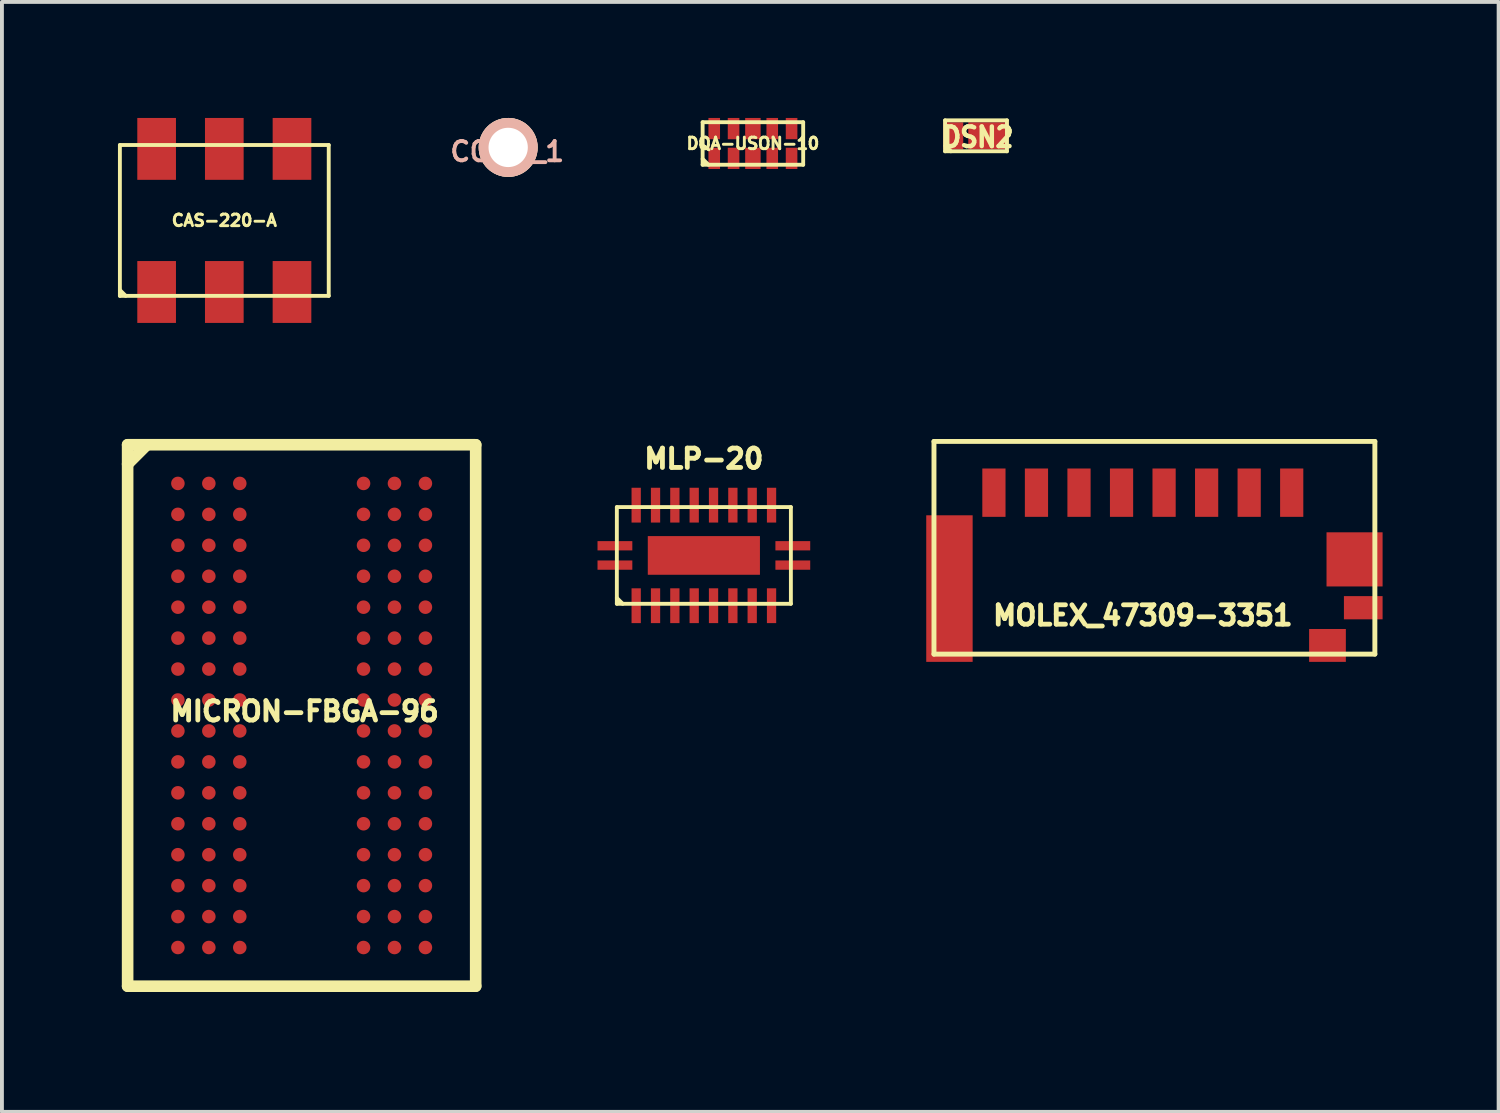
<source format=kicad_pcb>
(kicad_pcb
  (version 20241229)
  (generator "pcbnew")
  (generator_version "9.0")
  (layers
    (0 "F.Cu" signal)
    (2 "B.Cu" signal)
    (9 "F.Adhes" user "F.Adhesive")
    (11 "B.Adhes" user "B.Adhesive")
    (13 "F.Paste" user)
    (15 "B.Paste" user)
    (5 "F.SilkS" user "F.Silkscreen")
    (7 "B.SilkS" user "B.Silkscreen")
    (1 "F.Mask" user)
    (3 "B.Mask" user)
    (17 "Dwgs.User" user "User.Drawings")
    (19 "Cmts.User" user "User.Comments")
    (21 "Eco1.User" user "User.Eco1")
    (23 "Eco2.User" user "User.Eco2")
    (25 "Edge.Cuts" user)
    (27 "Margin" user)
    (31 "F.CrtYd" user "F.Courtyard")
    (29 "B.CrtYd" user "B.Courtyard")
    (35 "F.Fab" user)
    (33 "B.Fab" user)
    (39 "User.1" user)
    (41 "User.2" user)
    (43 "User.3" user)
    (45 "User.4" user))
  (footprint "CAS-220-A"
    (layer "F.Cu")
    (at 2.75 2.65)
    (property "Reference" "CAS-220-A" (at 0 0 0) (layer "F.SilkS") (effects (font (size 0.3 0.3) (thickness 0.075))))
    (attr smd)
    (fp_line (start -2.7 -1.95) (end -2.7 1.95) (stroke (width 0.1) (type solid)) (layer "F.SilkS"))
    (fp_line (start -2.7 -1.95) (end 2.7 -1.95) (stroke (width 0.1) (type solid)) (layer "F.SilkS"))
    (fp_line (start -2.7 1.8) (end -2.55 1.95) (stroke (width 0.1) (type solid)) (layer "F.SilkS"))
    (fp_line (start -2.7 1.95) (end 2.7 1.95) (stroke (width 0.1) (type solid)) (layer "F.SilkS"))
    (fp_line (start 2.7 -1.95) (end 2.7 1.95) (stroke (width 0.1) (type solid)) (layer "F.SilkS"))
    (pad "1" smd rect (at -1.75 1.85) (size 1 1.6) (layers "F.Cu" "F.Mask" "F.Paste"))
    (pad "2" smd rect (at 0 1.85) (size 1 1.6) (layers "F.Cu" "F.Mask" "F.Paste"))
    (pad "3" smd rect (at 1.75 1.85) (size 1 1.6) (layers "F.Cu" "F.Mask" "F.Paste"))
    (pad "4" smd rect (at -1.75 -1.85) (size 1 1.6) (layers "F.Cu" "F.Mask" "F.Paste"))
    (pad "5" smd rect (at 0 -1.85) (size 1 1.6) (layers "F.Cu" "F.Mask" "F.Paste"))
    (pad "6" smd rect (at 1.75 -1.85) (size 1 1.6) (layers "F.Cu" "F.Mask" "F.Paste")))
  (footprint "DQA-USON-10"
    (layer "F.Cu")
    (at 16.418 0.66)
    (property "Reference" "DQA-USON-10" (at 0 0 0) (layer "F.SilkS") (effects (font (size 0.3 0.3) (thickness 0.075))))
    (attr smd)
    (fp_line (start -1.3 -0.55) (end -1.3 0.55) (stroke (width 0.1) (type solid)) (layer "F.SilkS"))
    (fp_line (start -1.3 -0.55) (end 1.3 -0.55) (stroke (width 0.1) (type solid)) (layer "F.SilkS"))
    (fp_line (start -1.3 0.4) (end -1.15 0.55) (stroke (width 0.1) (type solid)) (layer "F.SilkS"))
    (fp_line (start -1.3 0.55) (end 1.3 0.55) (stroke (width 0.1) (type solid)) (layer "F.SilkS"))
    (fp_line (start 1.3 -0.55) (end 1.3 0.55) (stroke (width 0.1) (type solid)) (layer "F.SilkS"))
    (pad "1" smd rect (at -1 0.385) (size 0.3 0.55) (layers "F.Cu" "F.Mask" "F.Paste"))
    (pad "2" smd rect (at -0.5 0.385) (size 0.3 0.55) (layers "F.Cu" "F.Mask" "F.Paste"))
    (pad "3" smd rect (at 0 0.385) (size 0.4 0.55) (layers "F.Cu" "F.Mask" "F.Paste"))
    (pad "4" smd rect (at 0.5 0.385) (size 0.3 0.55) (layers "F.Cu" "F.Mask" "F.Paste"))
    (pad "5" smd rect (at 1 0.385) (size 0.3 0.55) (layers "F.Cu" "F.Mask" "F.Paste"))
    (pad "6" smd rect (at 1 -0.385) (size 0.3 0.55) (layers "F.Cu" "F.Mask" "F.Paste"))
    (pad "7" smd rect (at 0.5 -0.385) (size 0.3 0.55) (layers "F.Cu" "F.Mask" "F.Paste"))
    (pad "8" smd rect (at 0 -0.385) (size 0.4 0.55) (layers "F.Cu" "F.Mask" "F.Paste"))
    (pad "9" smd rect (at -0.5 -0.385) (size 0.3 0.55) (layers "F.Cu" "F.Mask" "F.Paste"))
    (pad "10" smd rect (at -1 -0.385) (size 0.3 0.55) (layers "F.Cu" "F.Mask" "F.Paste")))
  (footprint "MOLEX_47309-3351"
    (layer "F.Cu")
    (at 26.5 13.864)
    (property "Reference" "MOLEX_47309-3351" (at 0 -1 0) (layer "F.SilkS") (effects (font (size 0.5 0.5) (thickness 0.125))))
    (attr smd)
    (fp_line (start -5.4 -5.5) (end -5.4 0) (stroke (width 0.127) (type solid)) (layer "F.SilkS"))
    (fp_line (start -5.4 -5.5) (end 6 -5.5) (stroke (width 0.127) (type solid)) (layer "F.SilkS"))
    (fp_line (start -5.4 0) (end 6 0) (stroke (width 0.127) (type solid)) (layer "F.SilkS"))
    (fp_line (start 6 -5.5) (end 6 0) (stroke (width 0.127) (type solid)) (layer "F.SilkS"))
    (pad "1" smd rect (at 3.85 -4.175) (size 0.6 1.25) (layers "F.Cu" "F.Mask" "F.Paste"))
    (pad "2" smd rect (at 2.75 -4.175) (size 0.6 1.25) (layers "F.Cu" "F.Mask" "F.Paste"))
    (pad "3" smd rect (at 1.65 -4.175) (size 0.6 1.25) (layers "F.Cu" "F.Mask" "F.Paste"))
    (pad "4" smd rect (at 0.55 -4.175) (size 0.6 1.25) (layers "F.Cu" "F.Mask" "F.Paste"))
    (pad "5" smd rect (at -0.55 -4.175) (size 0.6 1.25) (layers "F.Cu" "F.Mask" "F.Paste"))
    (pad "6" smd rect (at -1.65 -4.175) (size 0.6 1.25) (layers "F.Cu" "F.Mask" "F.Paste"))
    (pad "7" smd rect (at -2.75 -4.175) (size 0.6 1.25) (layers "F.Cu" "F.Mask" "F.Paste"))
    (pad "8" smd rect (at -3.85 -4.175) (size 0.6 1.25) (layers "F.Cu" "F.Mask" "F.Paste"))
    (pad "G1" smd rect (at -5 -1.695) (size 1.2 3.79) (layers "F.Cu" "F.Mask" "F.Paste"))
    (pad "G2" smd rect (at 5.475 -2.45) (size 1.45 1.4) (layers "F.Cu" "F.Mask" "F.Paste"))
    (pad "G3" smd rect (at 5.7 -1.2) (size 1 0.6) (layers "F.Cu" "F.Mask" "F.Paste"))
    (pad "G4" smd rect (at 4.775 -0.225) (size 0.95 0.85) (layers "F.Cu" "F.Mask" "F.Paste")))
  (footprint "MICRON-FBGA-96"
    (layer "F.Cu")
    (at 0.25 22.45)
    (property "Reference" "MICRON-FBGA-96" (at 4.577 -7.107 0) (layer "F.SilkS") (effects (font (size 0.5 0.5) (thickness 0.125))))
    (attr smd)
    (fp_line (start 0 -14) (end 0 0) (stroke (width 0.3) (type solid)) (layer "F.SilkS"))
    (fp_line (start 0 -14) (end 9 -14) (stroke (width 0.3) (type solid)) (layer "F.SilkS"))
    (fp_line (start 0 -13.5) (end 0.5 -14) (stroke (width 0.3) (type solid)) (layer "F.SilkS"))
    (fp_line (start 0 0) (end 9 0) (stroke (width 0.3) (type solid)) (layer "F.SilkS"))
    (fp_line (start 9 -14) (end 9 0) (stroke (width 0.3) (type solid)) (layer "F.SilkS"))
    (pad "A1" smd circle (at 1.3 -13) (size 0.35 0.35) (layers "F.Cu" "F.Mask" "F.Paste"))
    (pad "A2" smd circle (at 2.1 -13) (size 0.35 0.35) (layers "F.Cu" "F.Mask" "F.Paste"))
    (pad "A3" smd circle (at 2.9 -13) (size 0.35 0.35) (layers "F.Cu" "F.Mask" "F.Paste"))
    (pad "A7" smd circle (at 6.1 -13) (size 0.35 0.35) (layers "F.Cu" "F.Mask" "F.Paste"))
    (pad "A8" smd circle (at 6.9 -13) (size 0.35 0.35) (layers "F.Cu" "F.Mask" "F.Paste"))
    (pad "A9" smd circle (at 7.7 -13) (size 0.35 0.35) (layers "F.Cu" "F.Mask" "F.Paste"))
    (pad "B1" smd circle (at 1.3 -12.2) (size 0.35 0.35) (layers "F.Cu" "F.Mask" "F.Paste"))
    (pad "B2" smd circle (at 2.1 -12.2) (size 0.35 0.35) (layers "F.Cu" "F.Mask" "F.Paste"))
    (pad "B3" smd circle (at 2.9 -12.2) (size 0.35 0.35) (layers "F.Cu" "F.Mask" "F.Paste"))
    (pad "B7" smd circle (at 6.1 -12.2) (size 0.35 0.35) (layers "F.Cu" "F.Mask" "F.Paste"))
    (pad "B8" smd circle (at 6.9 -12.2) (size 0.35 0.35) (layers "F.Cu" "F.Mask" "F.Paste"))
    (pad "B9" smd circle (at 7.7 -12.2) (size 0.35 0.35) (layers "F.Cu" "F.Mask" "F.Paste"))
    (pad "C1" smd circle (at 1.3 -11.4) (size 0.35 0.35) (layers "F.Cu" "F.Mask" "F.Paste"))
    (pad "C2" smd circle (at 2.1 -11.4) (size 0.35 0.35) (layers "F.Cu" "F.Mask" "F.Paste"))
    (pad "C3" smd circle (at 2.9 -11.4) (size 0.35 0.35) (layers "F.Cu" "F.Mask" "F.Paste"))
    (pad "C7" smd circle (at 6.1 -11.4) (size 0.35 0.35) (layers "F.Cu" "F.Mask" "F.Paste"))
    (pad "C8" smd circle (at 6.9 -11.4) (size 0.35 0.35) (layers "F.Cu" "F.Mask" "F.Paste"))
    (pad "C9" smd circle (at 7.7 -11.4) (size 0.35 0.35) (layers "F.Cu" "F.Mask" "F.Paste"))
    (pad "D1" smd circle (at 1.3 -10.6) (size 0.35 0.35) (layers "F.Cu" "F.Mask" "F.Paste"))
    (pad "D2" smd circle (at 2.1 -10.6) (size 0.35 0.35) (layers "F.Cu" "F.Mask" "F.Paste"))
    (pad "D3" smd circle (at 2.9 -10.6) (size 0.35 0.35) (layers "F.Cu" "F.Mask" "F.Paste"))
    (pad "D7" smd circle (at 6.1 -10.6) (size 0.35 0.35) (layers "F.Cu" "F.Mask" "F.Paste"))
    (pad "D8" smd circle (at 6.9 -10.6) (size 0.35 0.35) (layers "F.Cu" "F.Mask" "F.Paste"))
    (pad "D9" smd circle (at 7.7 -10.6) (size 0.35 0.35) (layers "F.Cu" "F.Mask" "F.Paste"))
    (pad "E1" smd circle (at 1.3 -9.8) (size 0.35 0.35) (layers "F.Cu" "F.Mask" "F.Paste"))
    (pad "E2" smd circle (at 2.1 -9.8) (size 0.35 0.35) (layers "F.Cu" "F.Mask" "F.Paste"))
    (pad "E3" smd circle (at 2.9 -9.8) (size 0.35 0.35) (layers "F.Cu" "F.Mask" "F.Paste"))
    (pad "E7" smd circle (at 6.1 -9.8) (size 0.35 0.35) (layers "F.Cu" "F.Mask" "F.Paste"))
    (pad "E8" smd circle (at 6.9 -9.8) (size 0.35 0.35) (layers "F.Cu" "F.Mask" "F.Paste"))
    (pad "E9" smd circle (at 7.7 -9.8) (size 0.35 0.35) (layers "F.Cu" "F.Mask" "F.Paste"))
    (pad "F1" smd circle (at 1.3 -9) (size 0.35 0.35) (layers "F.Cu" "F.Mask" "F.Paste"))
    (pad "F2" smd circle (at 2.1 -9) (size 0.35 0.35) (layers "F.Cu" "F.Mask" "F.Paste"))
    (pad "F3" smd circle (at 2.9 -9) (size 0.35 0.35) (layers "F.Cu" "F.Mask" "F.Paste"))
    (pad "F7" smd circle (at 6.1 -9) (size 0.35 0.35) (layers "F.Cu" "F.Mask" "F.Paste"))
    (pad "F8" smd circle (at 6.9 -9) (size 0.35 0.35) (layers "F.Cu" "F.Mask" "F.Paste"))
    (pad "F9" smd circle (at 7.7 -9) (size 0.35 0.35) (layers "F.Cu" "F.Mask" "F.Paste"))
    (pad "G1" smd circle (at 1.3 -8.2) (size 0.35 0.35) (layers "F.Cu" "F.Mask" "F.Paste"))
    (pad "G2" smd circle (at 2.1 -8.2) (size 0.35 0.35) (layers "F.Cu" "F.Mask" "F.Paste"))
    (pad "G3" smd circle (at 2.9 -8.2) (size 0.35 0.35) (layers "F.Cu" "F.Mask" "F.Paste"))
    (pad "G7" smd circle (at 6.1 -8.2) (size 0.35 0.35) (layers "F.Cu" "F.Mask" "F.Paste"))
    (pad "G8" smd circle (at 6.9 -8.2) (size 0.35 0.35) (layers "F.Cu" "F.Mask" "F.Paste"))
    (pad "G9" smd circle (at 7.7 -8.2) (size 0.35 0.35) (layers "F.Cu" "F.Mask" "F.Paste"))
    (pad "H1" smd circle (at 1.3 -7.4) (size 0.35 0.35) (layers "F.Cu" "F.Mask" "F.Paste"))
    (pad "H2" smd circle (at 2.1 -7.4) (size 0.35 0.35) (layers "F.Cu" "F.Mask" "F.Paste"))
    (pad "H3" smd circle (at 2.9 -7.4) (size 0.35 0.35) (layers "F.Cu" "F.Mask" "F.Paste"))
    (pad "H7" smd circle (at 6.1 -7.4) (size 0.35 0.35) (layers "F.Cu" "F.Mask" "F.Paste"))
    (pad "H8" smd circle (at 6.9 -7.4) (size 0.35 0.35) (layers "F.Cu" "F.Mask" "F.Paste"))
    (pad "H9" smd circle (at 7.7 -7.4) (size 0.35 0.35) (layers "F.Cu" "F.Mask" "F.Paste"))
    (pad "J1" smd circle (at 1.3 -6.6) (size 0.35 0.35) (layers "F.Cu" "F.Mask" "F.Paste"))
    (pad "J2" smd circle (at 2.1 -6.6) (size 0.35 0.35) (layers "F.Cu" "F.Mask" "F.Paste"))
    (pad "J3" smd circle (at 2.9 -6.6) (size 0.35 0.35) (layers "F.Cu" "F.Mask" "F.Paste"))
    (pad "J7" smd circle (at 6.1 -6.6) (size 0.35 0.35) (layers "F.Cu" "F.Mask" "F.Paste"))
    (pad "J8" smd circle (at 6.9 -6.6) (size 0.35 0.35) (layers "F.Cu" "F.Mask" "F.Paste"))
    (pad "J9" smd circle (at 7.7 -6.6) (size 0.35 0.35) (layers "F.Cu" "F.Mask" "F.Paste"))
    (pad "K1" smd circle (at 1.3 -5.8) (size 0.35 0.35) (layers "F.Cu" "F.Mask" "F.Paste"))
    (pad "K2" smd circle (at 2.1 -5.8) (size 0.35 0.35) (layers "F.Cu" "F.Mask" "F.Paste"))
    (pad "K3" smd circle (at 2.9 -5.8) (size 0.35 0.35) (layers "F.Cu" "F.Mask" "F.Paste"))
    (pad "K7" smd circle (at 6.1 -5.8) (size 0.35 0.35) (layers "F.Cu" "F.Mask" "F.Paste"))
    (pad "K8" smd circle (at 6.9 -5.8) (size 0.35 0.35) (layers "F.Cu" "F.Mask" "F.Paste"))
    (pad "K9" smd circle (at 7.7 -5.8) (size 0.35 0.35) (layers "F.Cu" "F.Mask" "F.Paste"))
    (pad "L1" smd circle (at 1.3 -5) (size 0.35 0.35) (layers "F.Cu" "F.Mask" "F.Paste"))
    (pad "L2" smd circle (at 2.1 -5) (size 0.35 0.35) (layers "F.Cu" "F.Mask" "F.Paste"))
    (pad "L3" smd circle (at 2.9 -5) (size 0.35 0.35) (layers "F.Cu" "F.Mask" "F.Paste"))
    (pad "L7" smd circle (at 6.1 -5) (size 0.35 0.35) (layers "F.Cu" "F.Mask" "F.Paste"))
    (pad "L8" smd circle (at 6.9 -5) (size 0.35 0.35) (layers "F.Cu" "F.Mask" "F.Paste"))
    (pad "L9" smd circle (at 7.7 -5) (size 0.35 0.35) (layers "F.Cu" "F.Mask" "F.Paste"))
    (pad "M1" smd circle (at 1.3 -4.2) (size 0.35 0.35) (layers "F.Cu" "F.Mask" "F.Paste"))
    (pad "M2" smd circle (at 2.1 -4.2) (size 0.35 0.35) (layers "F.Cu" "F.Mask" "F.Paste"))
    (pad "M3" smd circle (at 2.9 -4.2) (size 0.35 0.35) (layers "F.Cu" "F.Mask" "F.Paste"))
    (pad "M7" smd circle (at 6.1 -4.2) (size 0.35 0.35) (layers "F.Cu" "F.Mask" "F.Paste"))
    (pad "M8" smd circle (at 6.9 -4.2) (size 0.35 0.35) (layers "F.Cu" "F.Mask" "F.Paste"))
    (pad "M9" smd circle (at 7.7 -4.2) (size 0.35 0.35) (layers "F.Cu" "F.Mask" "F.Paste"))
    (pad "N1" smd circle (at 1.3 -3.4) (size 0.35 0.35) (layers "F.Cu" "F.Mask" "F.Paste"))
    (pad "N2" smd circle (at 2.1 -3.4) (size 0.35 0.35) (layers "F.Cu" "F.Mask" "F.Paste"))
    (pad "N3" smd circle (at 2.9 -3.4) (size 0.35 0.35) (layers "F.Cu" "F.Mask" "F.Paste"))
    (pad "N7" smd circle (at 6.1 -3.4) (size 0.35 0.35) (layers "F.Cu" "F.Mask" "F.Paste"))
    (pad "N8" smd circle (at 6.9 -3.4) (size 0.35 0.35) (layers "F.Cu" "F.Mask" "F.Paste"))
    (pad "N9" smd circle (at 7.7 -3.4) (size 0.35 0.35) (layers "F.Cu" "F.Mask" "F.Paste"))
    (pad "P1" smd circle (at 1.3 -2.6) (size 0.35 0.35) (layers "F.Cu" "F.Mask" "F.Paste"))
    (pad "P2" smd circle (at 2.1 -2.6) (size 0.35 0.35) (layers "F.Cu" "F.Mask" "F.Paste"))
    (pad "P3" smd circle (at 2.9 -2.6) (size 0.35 0.35) (layers "F.Cu" "F.Mask" "F.Paste"))
    (pad "P7" smd circle (at 6.1 -2.6) (size 0.35 0.35) (layers "F.Cu" "F.Mask" "F.Paste"))
    (pad "P8" smd circle (at 6.9 -2.6) (size 0.35 0.35) (layers "F.Cu" "F.Mask" "F.Paste"))
    (pad "P9" smd circle (at 7.7 -2.6) (size 0.35 0.35) (layers "F.Cu" "F.Mask" "F.Paste"))
    (pad "R1" smd circle (at 1.3 -1.8) (size 0.35 0.35) (layers "F.Cu" "F.Mask" "F.Paste"))
    (pad "R2" smd circle (at 2.1 -1.8) (size 0.35 0.35) (layers "F.Cu" "F.Mask" "F.Paste"))
    (pad "R3" smd circle (at 2.9 -1.8) (size 0.35 0.35) (layers "F.Cu" "F.Mask" "F.Paste"))
    (pad "R7" smd circle (at 6.1 -1.8) (size 0.35 0.35) (layers "F.Cu" "F.Mask" "F.Paste"))
    (pad "R8" smd circle (at 6.9 -1.8) (size 0.35 0.35) (layers "F.Cu" "F.Mask" "F.Paste"))
    (pad "R9" smd circle (at 7.7 -1.8) (size 0.35 0.35) (layers "F.Cu" "F.Mask" "F.Paste"))
    (pad "T1" smd circle (at 1.3 -1) (size 0.35 0.35) (layers "F.Cu" "F.Mask" "F.Paste"))
    (pad "T2" smd circle (at 2.1 -1) (size 0.35 0.35) (layers "F.Cu" "F.Mask" "F.Paste"))
    (pad "T3" smd circle (at 2.9 -1) (size 0.35 0.35) (layers "F.Cu" "F.Mask" "F.Paste"))
    (pad "T7" smd circle (at 6.1 -1) (size 0.35 0.35) (layers "F.Cu" "F.Mask" "F.Paste"))
    (pad "T8" smd circle (at 6.9 -1) (size 0.35 0.35) (layers "F.Cu" "F.Mask" "F.Paste"))
    (pad "T9" smd circle (at 7.7 -1) (size 0.35 0.35) (layers "F.Cu" "F.Mask" "F.Paste")))
  (footprint "CONN_1"
    (layer "F.Cu")
    (at 10.09 0.762)
    (property "Reference" "CONN_1" (at -0.025 0.107 0) (layer "B.SilkS") (effects (font (size 0.5 0.5) (thickness 0.1))))
    (attr exclude_from_pos_files exclude_from_bom)
    (pad "1" thru_hole circle (at 0 0) (size 1.524 1.524) (drill 1.016) (layers "*.Cu" "*.Paste" "*.SilkS" "*.Mask")))
  (footprint "DSN2"
    (layer "F.Cu")
    (at 22.237 0.462)
    (property "Reference" "DSN2" (at 0 0.036 0) (layer "F.SilkS") (effects (font (size 0.508 0.457) (thickness 0.114))))
    (attr smd)
    (fp_line (start -0.85 -0.4) (end 0.75 -0.4) (stroke (width 0.1) (type solid)) (layer "F.SilkS"))
    (fp_line (start -0.85 0.4) (end -0.85 -0.4) (stroke (width 0.1) (type solid)) (layer "F.SilkS"))
    (fp_line (start -0.7 0.4) (end -0.84 0.26) (stroke (width 0.1) (type solid)) (layer "F.SilkS"))
    (fp_line (start 0.75 -0.4) (end 0.75 0.4) (stroke (width 0.1) (type solid)) (layer "F.SilkS"))
    (fp_line (start 0.75 0.4) (end -0.85 0.4) (stroke (width 0.1) (type solid)) (layer "F.SilkS"))
    (pad "1" smd rect (at -0.64 0) (size 0.52 0.7) (layers "F.Cu" "F.Mask" "F.Paste"))
    (pad "2" smd rect (at 0.275 0) (size 1.05 0.7) (layers "F.Cu" "F.Mask" "F.Paste")))
  (footprint "MLP-20"
    (layer "F.Cu")
    (at 15.15 11.312)
    (property "Reference" "MLP-20" (at 0 -2.5 0) (layer "F.SilkS") (effects (font (size 0.5 0.5) (thickness 0.125))))
    (attr smd)
    (fp_line (start -2.25 -1.25) (end -2.25 1.25) (stroke (width 0.1) (type solid)) (layer "F.SilkS"))
    (fp_line (start -2.25 -1.25) (end 2.25 -1.25) (stroke (width 0.1) (type solid)) (layer "F.SilkS"))
    (fp_line (start -2.25 1.1) (end -2.1 1.25) (stroke (width 0.1) (type solid)) (layer "F.SilkS"))
    (fp_line (start -2.25 1.25) (end 2.25 1.25) (stroke (width 0.1) (type solid)) (layer "F.SilkS"))
    (fp_line (start 2.25 -1.25) (end 2.25 1.25) (stroke (width 0.1) (type solid)) (layer "F.SilkS"))
    (pad "1" smd rect (at -2.3 0.25) (size 0.9 0.24) (layers "F.Cu" "F.Mask" "F.Paste"))
    (pad "2" smd rect (at -1.75 1.3) (size 0.24 0.9) (layers "F.Cu" "F.Mask" "F.Paste"))
    (pad "3" smd rect (at -1.25 1.3) (size 0.24 0.9) (layers "F.Cu" "F.Mask" "F.Paste"))
    (pad "4" smd rect (at -0.75 1.3) (size 0.24 0.9) (layers "F.Cu" "F.Mask" "F.Paste"))
    (pad "5" smd rect (at -0.25 1.3) (size 0.24 0.9) (layers "F.Cu" "F.Mask" "F.Paste"))
    (pad "6" smd rect (at 0.25 1.3) (size 0.24 0.9) (layers "F.Cu" "F.Mask" "F.Paste"))
    (pad "7" smd rect (at 0.75 1.3) (size 0.24 0.9) (layers "F.Cu" "F.Mask" "F.Paste"))
    (pad "8" smd rect (at 1.25 1.3) (size 0.24 0.9) (layers "F.Cu" "F.Mask" "F.Paste"))
    (pad "9" smd rect (at 1.75 1.3) (size 0.24 0.9) (layers "F.Cu" "F.Mask" "F.Paste"))
    (pad "10" smd rect (at 2.3 0.25) (size 0.9 0.24) (layers "F.Cu" "F.Mask" "F.Paste"))
    (pad "11" smd rect (at 2.3 -0.25) (size 0.9 0.24) (layers "F.Cu" "F.Mask" "F.Paste"))
    (pad "12" smd rect (at 1.75 -1.3) (size 0.24 0.9) (layers "F.Cu" "F.Mask" "F.Paste"))
    (pad "13" smd rect (at 1.25 -1.3) (size 0.24 0.9) (layers "F.Cu" "F.Mask" "F.Paste"))
    (pad "14" smd rect (at 0.75 -1.3) (size 0.24 0.9) (layers "F.Cu" "F.Mask" "F.Paste"))
    (pad "15" smd rect (at 0.25 -1.3) (size 0.24 0.9) (layers "F.Cu" "F.Mask" "F.Paste"))
    (pad "16" smd rect (at -0.25 -1.3) (size 0.24 0.9) (layers "F.Cu" "F.Mask" "F.Paste"))
    (pad "17" smd rect (at -0.75 -1.3) (size 0.24 0.9) (layers "F.Cu" "F.Mask" "F.Paste"))
    (pad "18" smd rect (at -1.25 -1.3) (size 0.24 0.9) (layers "F.Cu" "F.Mask" "F.Paste"))
    (pad "19" smd rect (at -1.75 -1.3) (size 0.24 0.9) (layers "F.Cu" "F.Mask" "F.Paste"))
    (pad "20" smd rect (at -2.3 -0.25) (size 0.9 0.24) (layers "F.Cu" "F.Mask" "F.Paste"))
    (pad "21" smd rect (at 0 0) (size 2.9 1) (layers "F.Cu" "F.Mask" "F.Paste")))
  (gr_rect
    (start -3 -3)
    (end 35.7 25.7)
    (stroke (width 0.1) (type default))
    (fill no)
    (layer "Edge.Cuts")))
</source>
